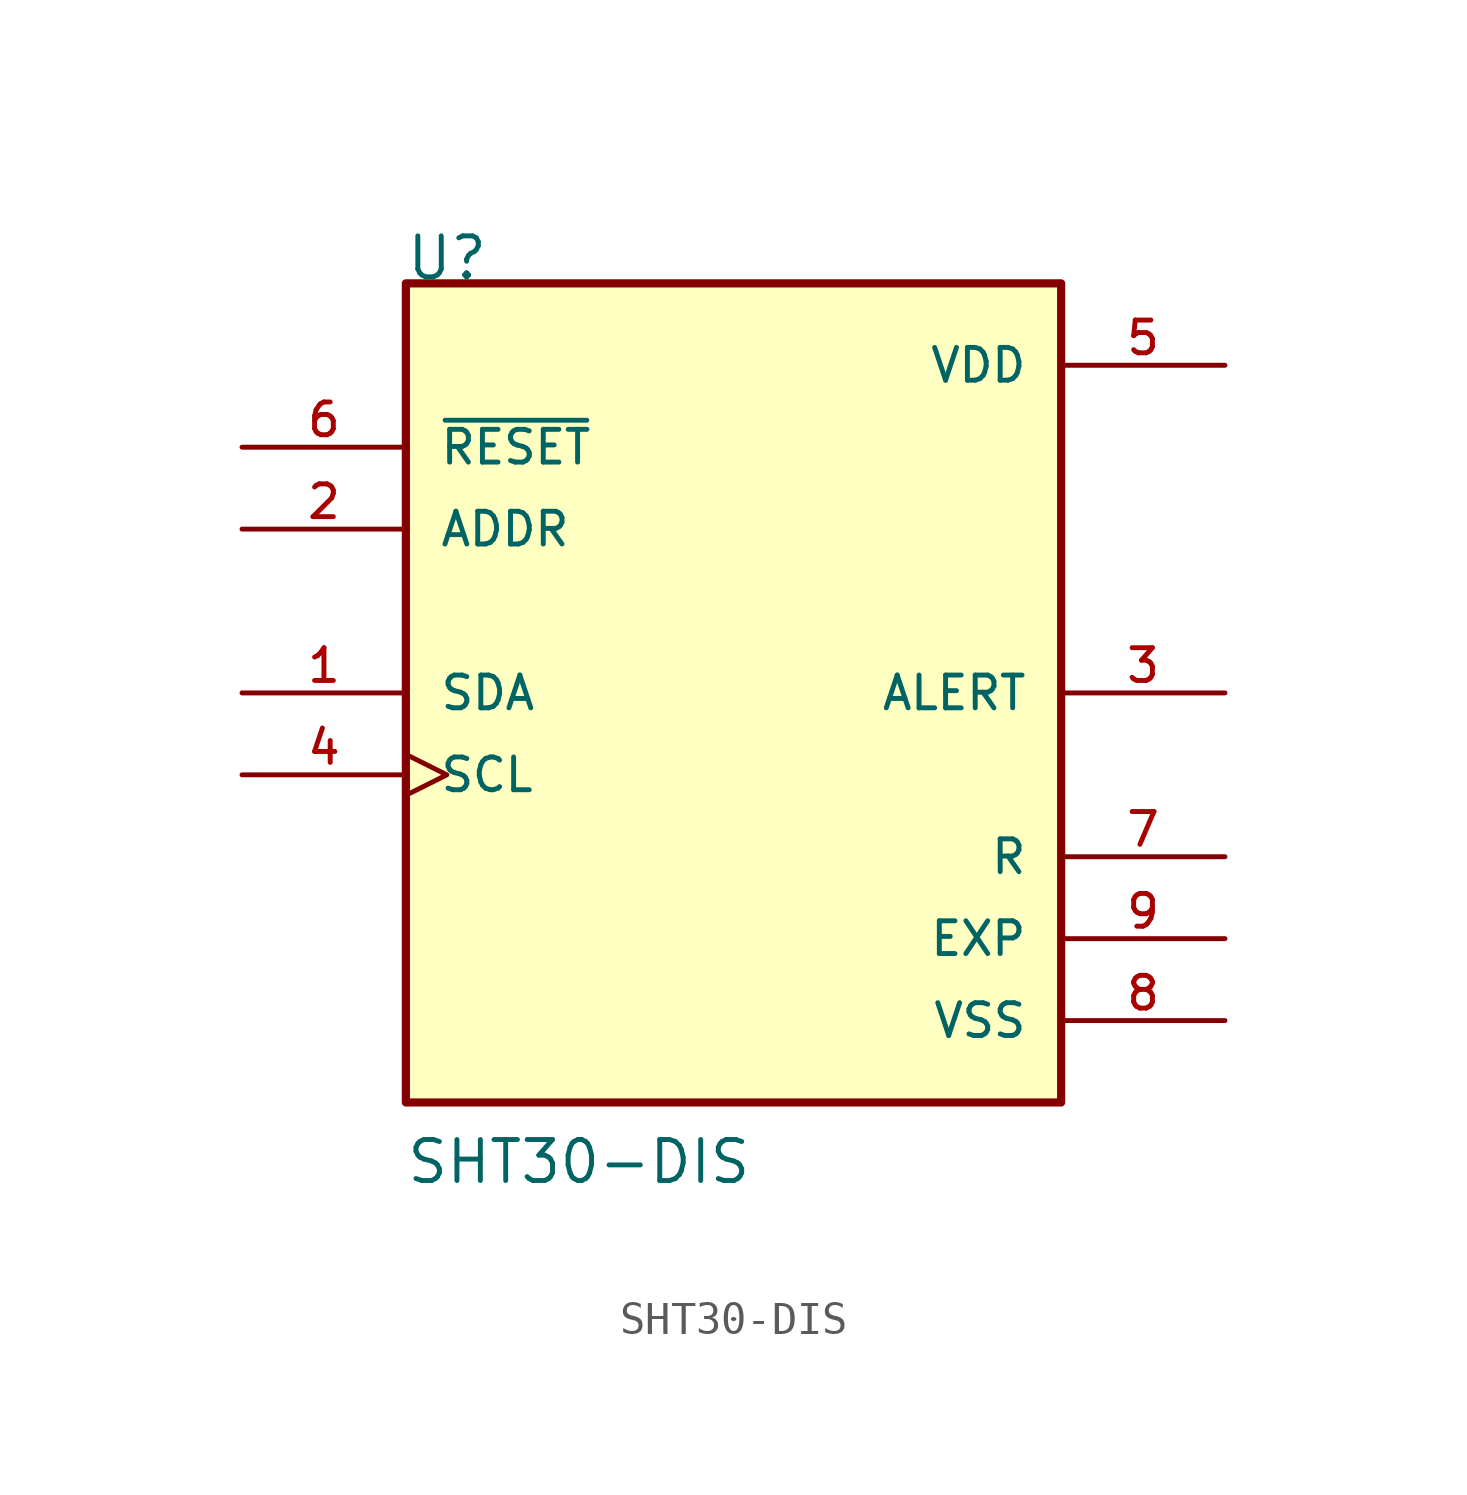
<source format=kicad_sym>
(kicad_symbol_lib
  (version 20211014)
  (generator kicad_symbol_editor)
  (symbol "SHT30-DIS"
    (pin_names
      (offset 1.016))
    (property "Reference" "U"
      (at -10.191 12.739 0)
      (effects (font (size 1.27 1.27)) (justify bottom left)))
    (property "Value" "SHT30-DIS"
      (at -10.188 -15.283 0)
      (effects (font (size 1.27 1.27)) (justify bottom left)))
    (symbol "SHT30-DIS_0_0"
      (rectangle (start -10.16 -12.7) (end 10.16 12.7) (stroke (width 0.254)) (fill (type background)))
      (pin bidirectional line (at -15.24 0.0 0) (length 5.08) (name "SDA" (effects (font (size 1.016 1.016)))) (number "1" (effects (font (size 1.016 1.016)))))
      (pin input line (at -15.24 5.08 0) (length 5.08) (name "ADDR" (effects (font (size 1.016 1.016)))) (number "2" (effects (font (size 1.016 1.016)))))
      (pin output line (at 15.24 0.0 180.0) (length 5.08) (name "ALERT" (effects (font (size 1.016 1.016)))) (number "3" (effects (font (size 1.016 1.016)))))
      (pin bidirectional clock (at -15.24 -2.54 0) (length 5.08) (name "SCL" (effects (font (size 1.016 1.016)))) (number "4" (effects (font (size 1.016 1.016)))))
      (pin power_in line (at 15.24 10.16 180.0) (length 5.08) (name "VDD" (effects (font (size 1.016 1.016)))) (number "5" (effects (font (size 1.016 1.016)))))
      (pin input line (at -15.24 7.62 0) (length 5.08) (name "~{RESET}" (effects (font (size 1.016 1.016)))) (number "6" (effects (font (size 1.016 1.016)))))
      (pin passive line (at 15.24 -5.08 180.0) (length 5.08) (name "R" (effects (font (size 1.016 1.016)))) (number "7" (effects (font (size 1.016 1.016)))))
      (pin passive line (at 15.24 -7.62 180.0) (length 5.08) (name "EXP" (effects (font (size 1.016 1.016)))) (number "9" (effects (font (size 1.016 1.016)))))
      (pin passive line (at 15.24 -10.16 180.0) (length 5.08) (name "VSS" (effects (font (size 1.016 1.016)))) (number "8" (effects (font (size 1.016 1.016))))))))
</source>
